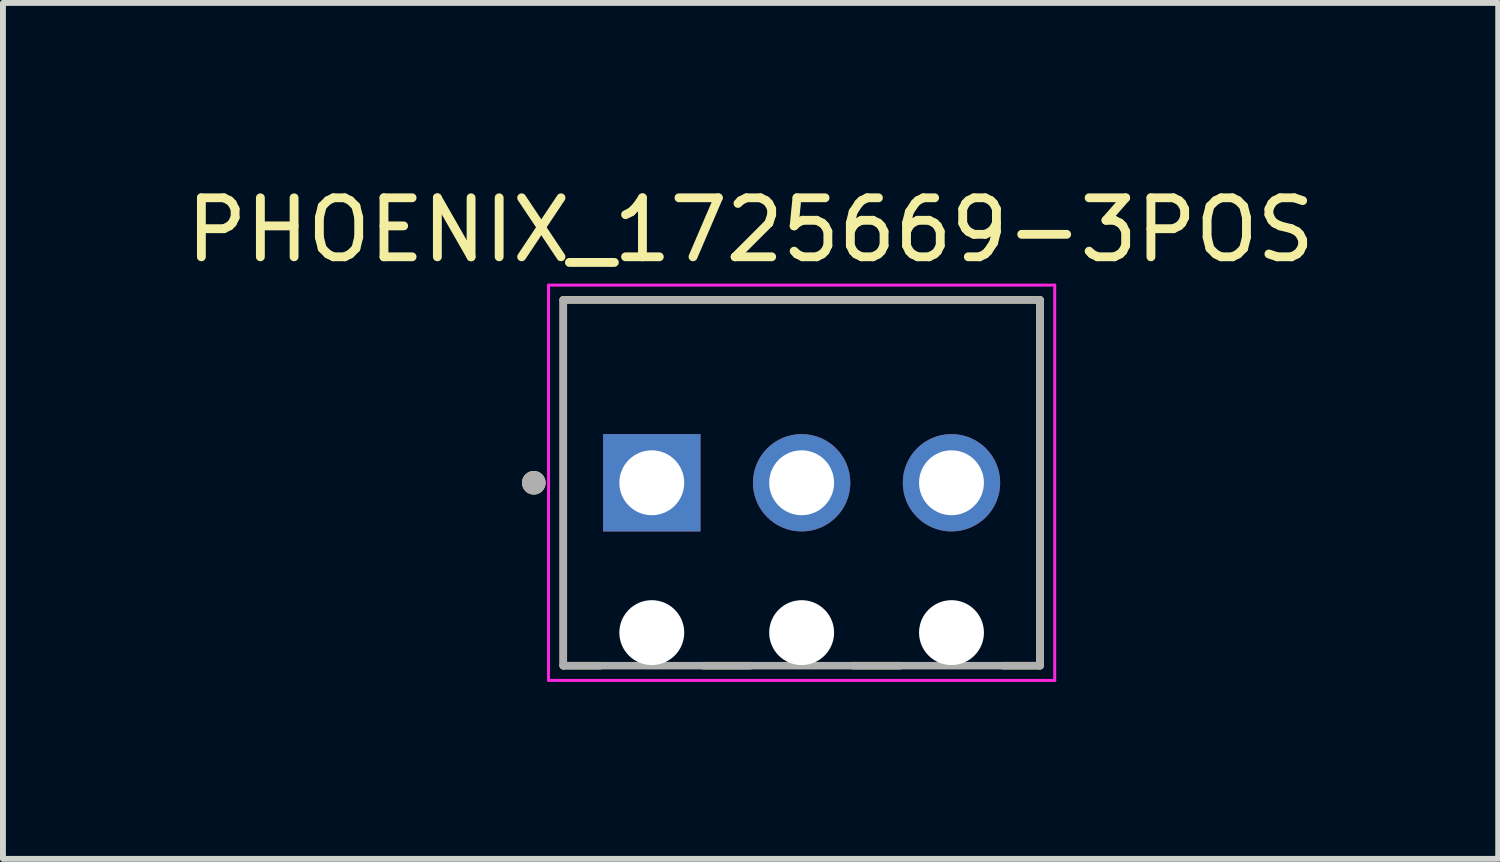
<source format=kicad_pcb>
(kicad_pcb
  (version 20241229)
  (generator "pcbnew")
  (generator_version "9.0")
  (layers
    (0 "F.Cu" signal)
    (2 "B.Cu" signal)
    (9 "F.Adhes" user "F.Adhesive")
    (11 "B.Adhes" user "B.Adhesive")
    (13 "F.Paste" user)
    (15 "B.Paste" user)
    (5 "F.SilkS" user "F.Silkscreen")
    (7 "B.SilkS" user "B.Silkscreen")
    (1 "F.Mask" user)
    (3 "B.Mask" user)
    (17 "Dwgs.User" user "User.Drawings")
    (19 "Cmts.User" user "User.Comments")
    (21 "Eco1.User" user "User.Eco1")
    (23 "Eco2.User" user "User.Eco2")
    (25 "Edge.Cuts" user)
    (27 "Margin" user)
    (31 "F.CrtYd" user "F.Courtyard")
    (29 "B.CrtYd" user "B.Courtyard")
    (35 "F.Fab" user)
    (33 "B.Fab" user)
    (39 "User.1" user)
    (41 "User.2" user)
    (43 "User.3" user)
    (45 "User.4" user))
  (footprint "PHOENIX_1725669-3POS"
    (layer "F.Cu")
    (at 6.498 8.233)
    (property "Reference" "PHOENIX_1725669-3POS" (at 3.175 -7.385 0) (layer "F.SilkS") (effects (font (size 1 1) (thickness 0.15))))
    (attr through_hole)
    (fp_line (start 0 -6.2) (end 0 0) (stroke (width 0.127) (type solid)) (layer "F.SilkS"))
    (fp_line (start 0 0) (end 0.63 0) (stroke (width 0.127) (type solid)) (layer "F.SilkS"))
    (fp_line (start 2.37 0) (end 3.17 0) (stroke (width 0.127) (type solid)) (layer "F.SilkS"))
    (fp_line (start 4.91 0) (end 5.71 0) (stroke (width 0.127) (type solid)) (layer "F.SilkS"))
    (fp_line (start 7.45 0) (end 8.08 0) (stroke (width 0.127) (type solid)) (layer "F.SilkS"))
    (fp_line (start 8.08 -6.2) (end 0 -6.2) (stroke (width 0.127) (type solid)) (layer "F.SilkS"))
    (fp_line (start 8.08 0) (end 8.08 -6.2) (stroke (width 0.127) (type solid)) (layer "F.SilkS"))
    (fp_circle (center -0.5 -3.1) (end -0.4 -3.1) (stroke (width 0.2) (type solid)) (fill no) (layer "F.SilkS"))
    (fp_line (start -0.25 -6.45) (end -0.25 0.25) (stroke (width 0.05) (type solid)) (layer "F.CrtYd"))
    (fp_line (start -0.25 0.25) (end 8.33 0.25) (stroke (width 0.05) (type solid)) (layer "F.CrtYd"))
    (fp_line (start 8.33 -6.45) (end -0.25 -6.45) (stroke (width 0.05) (type solid)) (layer "F.CrtYd"))
    (fp_line (start 8.33 0.25) (end 8.33 -6.45) (stroke (width 0.05) (type solid)) (layer "F.CrtYd"))
    (fp_line (start 0 -6.2) (end 0 0) (stroke (width 0.127) (type solid)) (layer "F.Fab"))
    (fp_line (start 0 0) (end 8.08 0) (stroke (width 0.127) (type solid)) (layer "F.Fab"))
    (fp_line (start 8.08 -6.2) (end 0 -6.2) (stroke (width 0.127) (type solid)) (layer "F.Fab"))
    (fp_line (start 8.08 0) (end 8.08 -6.2) (stroke (width 0.127) (type solid)) (layer "F.Fab"))
    (fp_circle (center -0.5 -3.1) (end -0.4 -3.1) (stroke (width 0.2) (type solid)) (fill no) (layer "F.Fab"))
    (pad "" np_thru_hole circle (at 1.5 -0.56) (size 1.1 1.1) (drill 1.1) (layers "*.Cu" "*.Mask"))
    (pad "" np_thru_hole circle (at 4.04 -0.56) (size 1.1 1.1) (drill 1.1) (layers "*.Cu" "*.Mask"))
    (pad "" np_thru_hole circle (at 6.58 -0.56) (size 1.1 1.1) (drill 1.1) (layers "*.Cu" "*.Mask"))
    (pad "1" thru_hole rect (at 1.5 -3.1) (size 1.65 1.65) (drill 1.1) (layers "*.Cu" "*.Mask"))
    (pad "2" thru_hole circle (at 4.04 -3.1) (size 1.65 1.65) (drill 1.1) (layers "*.Cu" "*.Mask"))
    (pad "3" thru_hole circle (at 6.58 -3.1) (size 1.65 1.65) (drill 1.1) (layers "*.Cu" "*.Mask")))
  (gr_rect
    (start -3 -3)
    (end 22.345 11.508)
    (stroke (width 0.1) (type default))
    (fill no)
    (layer "Edge.Cuts")))
</source>
